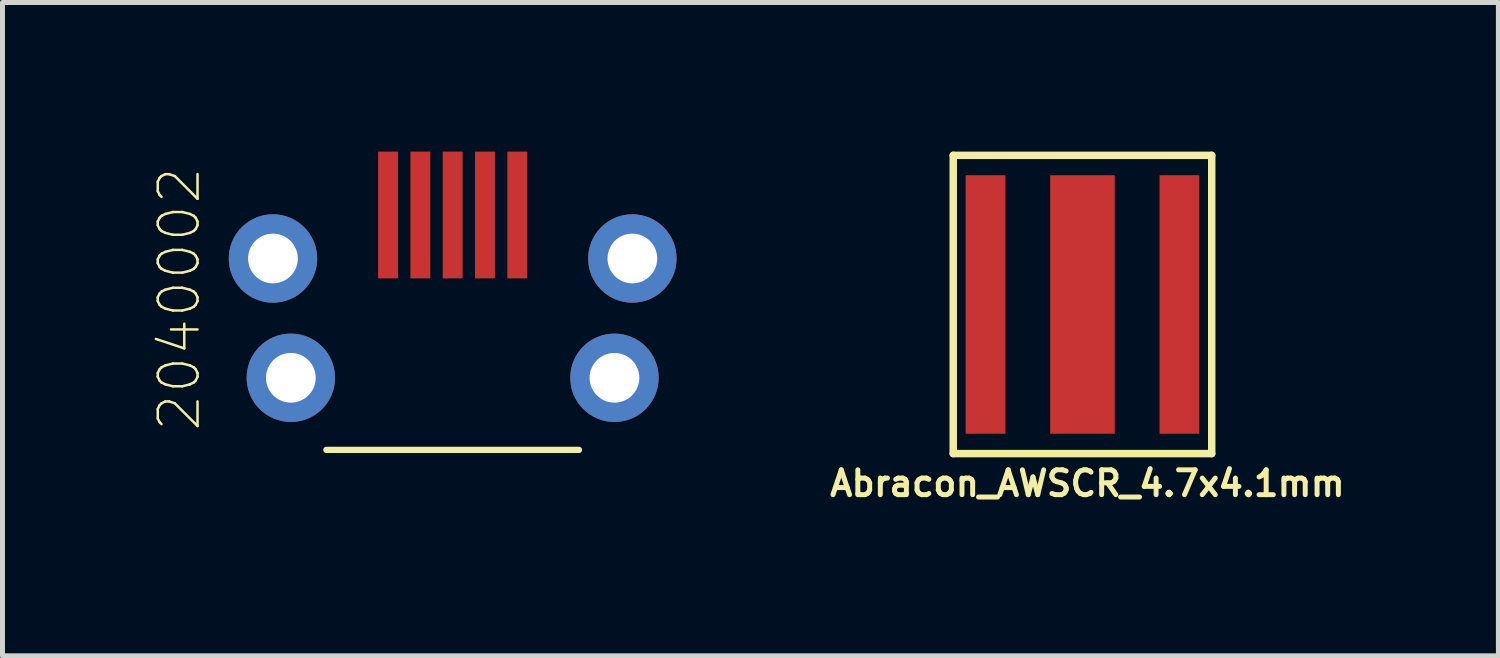
<source format=kicad_pcb>
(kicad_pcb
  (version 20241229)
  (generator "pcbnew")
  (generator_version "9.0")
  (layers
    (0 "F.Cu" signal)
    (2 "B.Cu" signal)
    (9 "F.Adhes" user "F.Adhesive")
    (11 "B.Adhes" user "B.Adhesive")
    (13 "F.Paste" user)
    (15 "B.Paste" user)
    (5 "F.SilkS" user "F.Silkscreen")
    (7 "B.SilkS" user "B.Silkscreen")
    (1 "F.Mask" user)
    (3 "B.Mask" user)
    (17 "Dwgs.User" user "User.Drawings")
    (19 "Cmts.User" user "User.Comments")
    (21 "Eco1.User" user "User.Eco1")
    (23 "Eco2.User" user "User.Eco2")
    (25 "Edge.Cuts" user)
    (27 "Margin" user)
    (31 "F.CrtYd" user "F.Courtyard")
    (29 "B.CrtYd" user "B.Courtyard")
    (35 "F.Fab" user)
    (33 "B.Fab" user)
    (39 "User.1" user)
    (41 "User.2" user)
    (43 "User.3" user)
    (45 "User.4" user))
  (footprint "Abracon_AWSCR_4.7x4.1mm"
    (layer "F.Cu")
    (at 18.726 3.075)
    (property "Reference" "Abracon_AWSCR_4.7x4.1mm" (at 0.1 3.6 0) (layer "F.SilkS") (effects (font (size 0.5 0.5) (thickness 0.1))))
    (attr through_hole)
    (fp_line (start -2.6 -3) (end -2.6 3) (stroke (width 0.15) (type solid)) (layer "F.SilkS"))
    (fp_line (start -2.6 3) (end 2.6 3) (stroke (width 0.15) (type solid)) (layer "F.SilkS"))
    (fp_line (start 2.6 -3) (end -2.6 -3) (stroke (width 0.15) (type solid)) (layer "F.SilkS"))
    (fp_line (start 2.6 3) (end 2.6 -3) (stroke (width 0.15) (type solid)) (layer "F.SilkS"))
    (pad "1" smd rect (at -1.95 0) (size 0.8 5.2) (layers "F.Cu" "F.Mask" "F.Paste"))
    (pad "2" smd rect (at 0 0) (size 1.3 5.2) (layers "F.Cu" "F.Mask" "F.Paste"))
    (pad "3" smd rect (at 1.95 0) (size 0.8 5.2) (layers "F.Cu" "F.Mask" "F.Paste")))
  (footprint "2040002"
    (layer "F.Cu")
    (at 6.056 6)
    (property "Reference" "2040002" (at -5.5 -3.032 90) (layer "F.SilkS") (effects (font (size 0.8 0.8) (thickness 0.05))))
    (attr smd)
    (fp_line (start -2.54 0) (end 2.54 0) (stroke (width 0.127) (type solid)) (layer "F.SilkS"))
    (pad "1" smd rect (at -1.3 -4.725 90) (size 2.55 0.4) (layers "F.Cu" "F.Mask" "F.Paste"))
    (pad "2" smd rect (at -0.65 -4.725 90) (size 2.55 0.4) (layers "F.Cu" "F.Mask" "F.Paste"))
    (pad "3" smd rect (at 0 -4.725 90) (size 2.55 0.4) (layers "F.Cu" "F.Mask" "F.Paste"))
    (pad "4" smd rect (at 0.65 -4.725 90) (size 2.55 0.4) (layers "F.Cu" "F.Mask" "F.Paste"))
    (pad "5" smd rect (at 1.3 -4.725 90) (size 2.55 0.4) (layers "F.Cu" "F.Mask" "F.Paste"))
    (pad "SH" thru_hole circle (at -3.615 -3.85) (size 1.778 1.778) (drill 1) (layers "*.Cu" "*.Mask"))
    (pad "SH" thru_hole circle (at -3.255 -1.45) (size 1.778 1.778) (drill 1) (layers "*.Cu" "*.Mask"))
    (pad "SH" thru_hole circle (at 3.255 -1.45) (size 1.778 1.778) (drill 1) (layers "*.Cu" "*.Mask"))
    (pad "SH" thru_hole circle (at 3.615 -3.85) (size 1.778 1.778) (drill 1) (layers "*.Cu" "*.Mask")))
  (gr_rect
    (start -3 -3)
    (end 27.093 10.143)
    (stroke (width 0.1) (type default))
    (fill no)
    (layer "Edge.Cuts")))
</source>
